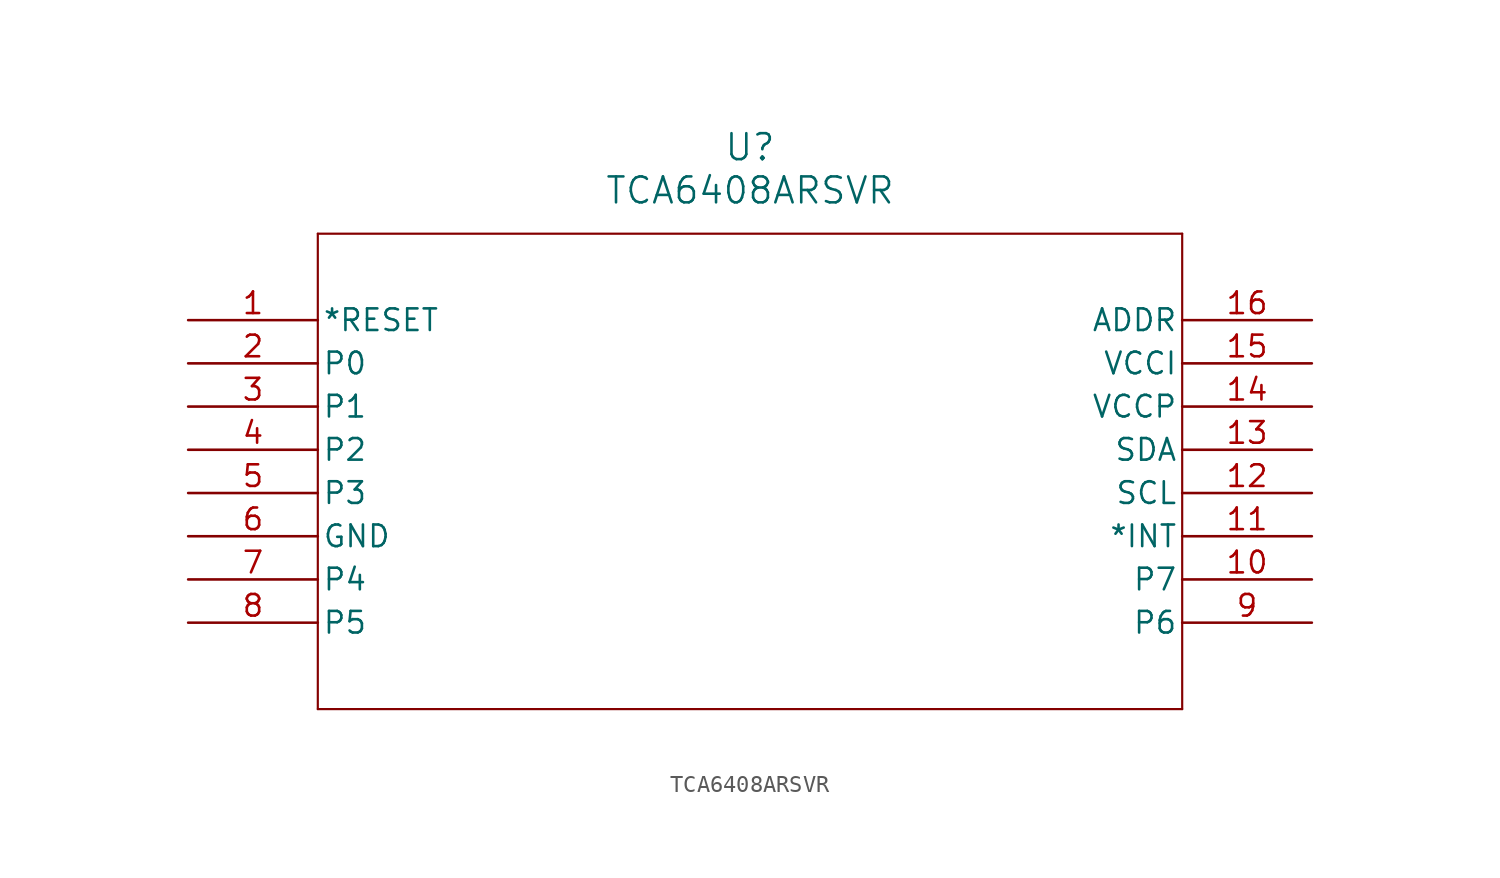
<source format=kicad_sym>
(kicad_symbol_lib
  (version 20211014)
  (generator kicad_symbol_editor)
  (symbol "TCA6408ARSVR"
    (pin_names
      (offset 0.254))
    (property "Reference" "U"
      (at 33.02 10.16 0)
      (effects (font (size 1.524 1.524))))
    (property "Value" "TCA6408ARSVR"
      (at 33.02 7.62 0)
      (effects (font (size 1.524 1.524))))
    (symbol "TCA6408ARSVR_0_1"
      (polyline (pts (xy 7.62 5.08) (xy 7.62 -22.86)) (stroke (width 0.127) (type default) (color 0 0 0 0)) (fill (type none)))
      (polyline (pts (xy 7.62 -22.86) (xy 58.42 -22.86)) (stroke (width 0.127) (type default) (color 0 0 0 0)) (fill (type none)))
      (polyline (pts (xy 58.42 -22.86) (xy 58.42 5.08)) (stroke (width 0.127) (type default) (color 0 0 0 0)) (fill (type none)))
      (polyline (pts (xy 58.42 5.08) (xy 7.62 5.08)) (stroke (width 0.127) (type default) (color 0 0 0 0)) (fill (type none)))
      (pin input line (at 0 0 0) (length 7.62) (name "*RESET" (effects (font (size 1.27 1.27)))) (number "1" (effects (font (size 1.27 1.27)))))
      (pin output line (at 0 -2.54 0) (length 7.62) (name "P0" (effects (font (size 1.27 1.27)))) (number "2" (effects (font (size 1.27 1.27)))))
      (pin output line (at 0 -5.08 0) (length 7.62) (name "P1" (effects (font (size 1.27 1.27)))) (number "3" (effects (font (size 1.27 1.27)))))
      (pin output line (at 0 -7.62 0) (length 7.62) (name "P2" (effects (font (size 1.27 1.27)))) (number "4" (effects (font (size 1.27 1.27)))))
      (pin output line (at 0 -10.16 0) (length 7.62) (name "P3" (effects (font (size 1.27 1.27)))) (number "5" (effects (font (size 1.27 1.27)))))
      (pin power_in line (at 0 -12.7 0) (length 7.62) (name "GND" (effects (font (size 1.27 1.27)))) (number "6" (effects (font (size 1.27 1.27)))))
      (pin output line (at 0 -15.24 0) (length 7.62) (name "P4" (effects (font (size 1.27 1.27)))) (number "7" (effects (font (size 1.27 1.27)))))
      (pin output line (at 0 -17.78 0) (length 7.62) (name "P5" (effects (font (size 1.27 1.27)))) (number "8" (effects (font (size 1.27 1.27)))))
      (pin output line (at 66.04 -17.78 180) (length 7.62) (name "P6" (effects (font (size 1.27 1.27)))) (number "9" (effects (font (size 1.27 1.27)))))
      (pin output line (at 66.04 -15.24 180) (length 7.62) (name "P7" (effects (font (size 1.27 1.27)))) (number "10" (effects (font (size 1.27 1.27)))))
      (pin output line (at 66.04 -12.7 180) (length 7.62) (name "*INT" (effects (font (size 1.27 1.27)))) (number "11" (effects (font (size 1.27 1.27)))))
      (pin bidirectional line (at 66.04 -10.16 180) (length 7.62) (name "SCL" (effects (font (size 1.27 1.27)))) (number "12" (effects (font (size 1.27 1.27)))))
      (pin bidirectional line (at 66.04 -7.62 180) (length 7.62) (name "SDA" (effects (font (size 1.27 1.27)))) (number "13" (effects (font (size 1.27 1.27)))))
      (pin power_in line (at 66.04 -5.08 180) (length 7.62) (name "VCCP" (effects (font (size 1.27 1.27)))) (number "14" (effects (font (size 1.27 1.27)))))
      (pin power_in line (at 66.04 -2.54 180) (length 7.62) (name "VCCI" (effects (font (size 1.27 1.27)))) (number "15" (effects (font (size 1.27 1.27)))))
      (pin unspecified line (at 66.04 0 180) (length 7.62) (name "ADDR" (effects (font (size 1.27 1.27)))) (number "16" (effects (font (size 1.27 1.27))))))))
</source>
